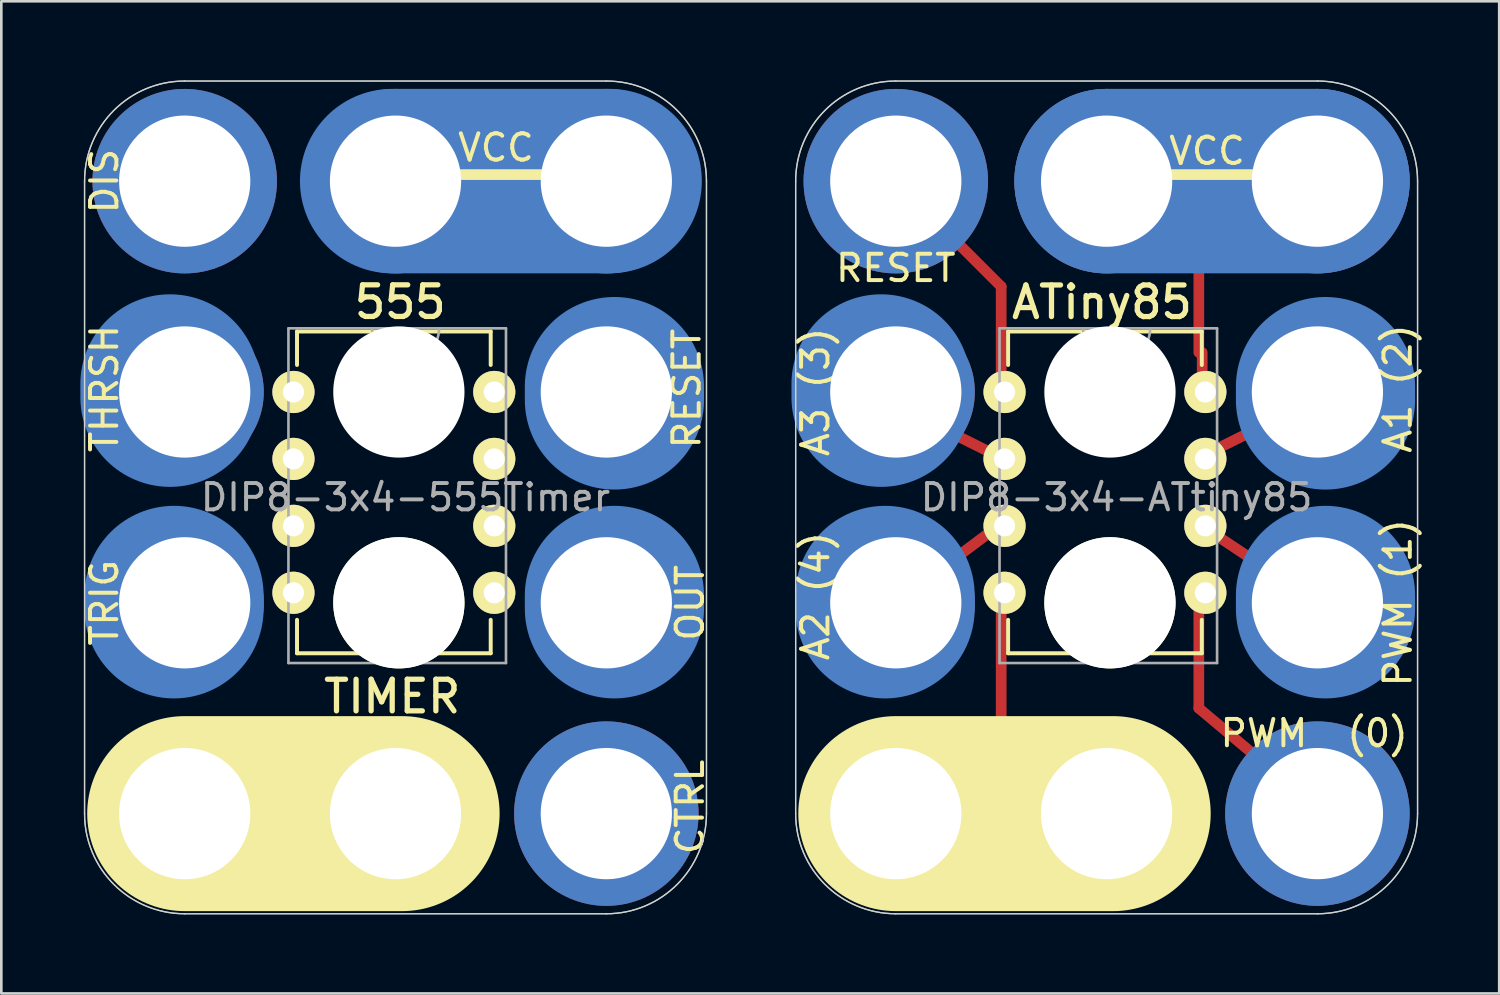
<source format=kicad_pcb>
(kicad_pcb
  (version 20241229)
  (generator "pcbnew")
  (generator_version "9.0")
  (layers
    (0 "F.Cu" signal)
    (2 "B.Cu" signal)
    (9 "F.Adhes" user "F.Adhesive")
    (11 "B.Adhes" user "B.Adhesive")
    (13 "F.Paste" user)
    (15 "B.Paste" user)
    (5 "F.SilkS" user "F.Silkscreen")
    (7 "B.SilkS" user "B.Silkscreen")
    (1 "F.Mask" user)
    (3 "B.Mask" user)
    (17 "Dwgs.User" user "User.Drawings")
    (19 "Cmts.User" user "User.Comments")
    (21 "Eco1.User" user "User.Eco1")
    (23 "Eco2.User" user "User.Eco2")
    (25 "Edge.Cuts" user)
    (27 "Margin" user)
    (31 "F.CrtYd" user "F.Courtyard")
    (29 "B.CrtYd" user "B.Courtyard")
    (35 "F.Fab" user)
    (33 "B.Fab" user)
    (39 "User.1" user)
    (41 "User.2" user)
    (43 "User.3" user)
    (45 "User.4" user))
  (footprint "DIP8-3x4-ATtiny85"
    (layer "F.Cu")
    (at 30.943 27.825)
    (property "Reference" "DIP8-3x4-ATtiny85" (at 8.377 -12 0) (layer "F.Fab") (effects (font (size 1 1) (thickness 0.15))))
    (attr through_hole)
    (fp_line (start 0 -15.5) (end 4 -13.5) (stroke (width 0.406) (type solid)) (layer "F.Cu"))
    (fp_line (start 4 -20) (end 0 -24) (stroke (width 0.406) (type solid)) (layer "F.Cu"))
    (fp_line (start 4 -16) (end 4 -20) (stroke (width 0.406) (type solid)) (layer "F.Cu"))
    (fp_line (start 4 -11) (end 0 -8) (stroke (width 0.406) (type solid)) (layer "F.Cu"))
    (fp_line (start 4 -8.25) (end 4 0) (stroke (width 0.406) (type solid)) (layer "F.Cu"))
    (fp_line (start 8 -24.25) (end 16 -24.25) (stroke (width 0.406) (type solid)) (layer "F.Cu"))
    (fp_line (start 11.5 -17.5) (end 11.5 -24.25) (stroke (width 0.406) (type solid)) (layer "F.Cu"))
    (fp_line (start 11.5 -13.5) (end 16 -15.75) (stroke (width 0.406) (type solid)) (layer "F.Cu"))
    (fp_line (start 11.5 -11) (end 16 -8) (stroke (width 0.406) (type solid)) (layer "F.Cu"))
    (fp_line (start 11.5 -8.5) (end 11.5 -4) (stroke (width 0.406) (type solid)) (layer "F.Cu"))
    (fp_line (start 11.5 -4) (end 16.25 0) (stroke (width 0.406) (type solid)) (layer "F.Cu"))
    (fp_line (start 11.627 -17.5) (end 11.627 -16) (stroke (width 0.406) (type solid)) (layer "F.Cu"))
    (fp_line (start -0.559 -16.307) (end -0.559 -15.799) (stroke (width 6.8) (type solid)) (layer "B.Cu"))
    (fp_line (start -0.406 -8.28) (end -0.406 -7.772) (stroke (width 6.8) (type solid)) (layer "B.Cu"))
    (fp_line (start 0 0) (end 8 0) (stroke (width 7) (type solid)) (layer "B.Cu"))
    (fp_line (start 8.001 -24.003) (end 16.001 -24.003) (stroke (width 7) (type solid)) (layer "B.Cu"))
    (fp_line (start 16.307 -16.205) (end 16.307 -15.697) (stroke (width 6.8) (type solid)) (layer "B.Cu"))
    (fp_line (start 16.307 -8.28) (end 16.307 -7.772) (stroke (width 6.8) (type solid)) (layer "B.Cu"))
    (fp_line (start -0.559 -16.307) (end -0.559 -15.799) (stroke (width 6.8) (type solid)) (layer "B.Mask"))
    (fp_line (start -0.406 -8.28) (end -0.406 -7.772) (stroke (width 6.8) (type solid)) (layer "B.Mask"))
    (fp_line (start 0 0) (end 8 0) (stroke (width 7) (type solid)) (layer "B.Mask"))
    (fp_line (start 8.001 -24.003) (end 16.001 -24.003) (stroke (width 7) (type solid)) (layer "B.Mask"))
    (fp_line (start 16.307 -16.205) (end 16.307 -15.697) (stroke (width 6.8) (type solid)) (layer "B.Mask"))
    (fp_line (start 16.307 -8.28) (end 16.307 -7.772) (stroke (width 6.8) (type solid)) (layer "B.Mask"))
    (fp_line (start 0 0) (end 8.25 0) (stroke (width 7.4) (type solid)) (layer "F.SilkS"))
    (fp_line (start 4.262 -18.295) (end 4.262 -17.025) (stroke (width 0.15) (type solid)) (layer "F.SilkS"))
    (fp_line (start 4.262 -18.295) (end 11.612 -18.295) (stroke (width 0.15) (type solid)) (layer "F.SilkS"))
    (fp_line (start 4.262 -6.085) (end 4.262 -7.355) (stroke (width 0.15) (type solid)) (layer "F.SilkS"))
    (fp_line (start 4.262 -6.085) (end 11.612 -6.085) (stroke (width 0.15) (type solid)) (layer "F.SilkS"))
    (fp_line (start 8 -24.25) (end 16.25 -24.25) (stroke (width 0.406) (type solid)) (layer "F.SilkS"))
    (fp_line (start 11.612 -18.295) (end 11.612 -17.025) (stroke (width 0.15) (type solid)) (layer "F.SilkS"))
    (fp_line (start 11.612 -6.085) (end 11.612 -7.355) (stroke (width 0.15) (type solid)) (layer "F.SilkS"))
    (fp_line (start -3.8 -24) (end -3.8 0) (stroke (width 0.05) (type solid)) (layer "Edge.Cuts"))
    (fp_line (start 0 -27.8) (end 16 -27.8) (stroke (width 0.05) (type solid)) (layer "Edge.Cuts"))
    (fp_line (start 0 3.8) (end 16 3.8) (stroke (width 0.05) (type solid)) (layer "Edge.Cuts"))
    (fp_line (start 19.8 -24) (end 19.8 0) (stroke (width 0.05) (type solid)) (layer "Edge.Cuts"))
    (fp_arc (start -3.8 -24) (mid -2.687006 -26.687006) (end 0 -27.8) (stroke (width 0.05) (type solid)) (layer "Edge.Cuts"))
    (fp_arc (start 0 3.8) (mid -2.687006 2.687006) (end -3.8 0) (stroke (width 0.05) (type solid)) (layer "Edge.Cuts"))
    (fp_arc (start 16 -27.8) (mid 18.687006 -26.687006) (end 19.8 -24) (stroke (width 0.05) (type solid)) (layer "Edge.Cuts"))
    (fp_arc (start 19.8 0) (mid 18.687006 2.687006) (end 16 3.8) (stroke (width 0.05) (type solid)) (layer "Edge.Cuts"))
    (fp_line (start -3.8 -24) (end -3.8 0) (stroke (width 0.05) (type solid)) (layer "F.Fab"))
    (fp_line (start 0 -27.8) (end 16 -27.8) (stroke (width 0.05) (type solid)) (layer "F.Fab"))
    (fp_line (start 0 3.8) (end 16 3.8) (stroke (width 0.05) (type solid)) (layer "F.Fab"))
    (fp_line (start 3.937 -18.415) (end 3.937 -5.715) (stroke (width 0.1) (type solid)) (layer "F.Fab"))
    (fp_line (start 3.937 -5.715) (end 12.192 -5.715) (stroke (width 0.1) (type solid)) (layer "F.Fab"))
    (fp_line (start 12.192 -18.415) (end 3.937 -18.415) (stroke (width 0.1) (type solid)) (layer "F.Fab"))
    (fp_line (start 12.192 -5.715) (end 12.192 -18.415) (stroke (width 0.1) (type solid)) (layer "F.Fab"))
    (fp_line (start 19.8 -24) (end 19.8 0) (stroke (width 0.05) (type solid)) (layer "F.Fab"))
    (fp_arc (start -3.8 -24) (mid -2.687006 -26.687006) (end 0 -27.8) (stroke (width 0.05) (type solid)) (layer "F.Fab"))
    (fp_arc (start 0 3.8) (mid -2.687006 2.687006) (end -3.8 0) (stroke (width 0.05) (type solid)) (layer "F.Fab"))
    (fp_arc (start 9.652 -18.415) (mid 8.382 -17.145) (end 7.112 -18.415) (stroke (width 0.1) (type solid)) (layer "F.Fab"))
    (fp_arc (start 16 -27.8) (mid 18.687006 -26.687006) (end 19.8 -24) (stroke (width 0.05) (type solid)) (layer "F.Fab"))
    (fp_arc (start 19.8 0) (mid 18.687006 2.687006) (end 16 3.8) (stroke (width 0.05) (type solid)) (layer "F.Fab"))
    (fp_text user "A3 (3)" (at -3.048 -16.002 90) (layer "F.SilkS") (effects (font (size 1 1) (thickness 0.15))))
    (fp_text user "RESET" (at 0 -20.701 180) (layer "F.SilkS") (effects (font (size 1 1) (thickness 0.15))))
    (fp_text user "A1 (2)" (at 19.05 -16.129 90) (layer "F.SilkS") (effects (font (size 1 1) (thickness 0.15))))
    (fp_text user "PWM (1)" (at 19.05 -8.001 90) (layer "F.SilkS") (effects (font (size 1 1) (thickness 0.15))))
    (fp_text user "PWM  (0)" (at 15.875 -3.048 0) (layer "F.SilkS") (effects (font (size 1 1) (thickness 0.15))))
    (fp_text user "A2 (4)" (at -3.048 -8.255 90) (layer "F.SilkS") (effects (font (size 1 1) (thickness 0.15))))
    (fp_text user "ATiny85" (at 7.823 -19.406 0) (layer "F.SilkS") (effects (font (size 1.2 1.2) (thickness 0.2))))
    (fp_text user "VCC" (at 11.811 -25.146 0) (layer "F.SilkS") (effects (font (size 1 1) (thickness 0.15))))
    (pad "" np_thru_hole circle (at 8.127 -16 270) (size 4.98 4.98) (drill 4.98) (layers "*.Cu" "*.Mask"))
    (pad "" np_thru_hole circle (at 8.127 -8 270) (size 4.98 4.98) (drill 4.98) (layers "*.Cu" "*.Mask" "F.SilkS"))
    (pad "1" thru_hole circle (at 0 -24 270) (size 7 7) (drill 4.98) (layers "*.Cu" "B.Mask"))
    (pad "1" thru_hole oval (at 4.127 -16) (size 1.6 1.6) (drill 0.8) (layers "*.Cu" "*.Mask" "F.SilkS"))
    (pad "2" thru_hole circle (at 0 -16 270) (size 6 6) (drill 4.98) (layers "*.Cu" "B.Mask"))
    (pad "2" thru_hole oval (at 4.127 -13.46) (size 1.6 1.6) (drill 0.8) (layers "*.Cu" "*.Mask" "F.SilkS"))
    (pad "3" thru_hole circle (at 0 -8 270) (size 6 6) (drill 4.98) (layers "*.Cu" "B.Mask"))
    (pad "3" thru_hole oval (at 4.127 -10.92) (size 1.6 1.6) (drill 0.8) (layers "*.Cu" "*.Mask" "F.SilkS"))
    (pad "4" thru_hole circle (at 0 0 270) (size 7 7) (drill 4.98) (layers "*.Cu" "B.Mask"))
    (pad "4" thru_hole oval (at 4.127 -8.38) (size 1.6 1.6) (drill 0.8) (layers "*.Cu" "*.Mask" "F.SilkS"))
    (pad "4" thru_hole circle (at 8 0 270) (size 7 7) (drill 4.98) (layers "*.Cu" "B.Mask"))
    (pad "5" thru_hole oval (at 11.747 -8.38) (size 1.6 1.6) (drill 0.8) (layers "*.Cu" "*.Mask" "F.SilkS"))
    (pad "5" thru_hole circle (at 16 0 270) (size 7 7) (drill 4.98) (layers "*.Cu" "B.Mask"))
    (pad "6" thru_hole oval (at 11.747 -10.92) (size 1.6 1.6) (drill 0.8) (layers "*.Cu" "*.Mask" "F.SilkS"))
    (pad "6" thru_hole circle (at 16 -8 270) (size 6 6) (drill 4.98) (layers "*.Cu" "B.Mask"))
    (pad "7" thru_hole oval (at 11.747 -13.46) (size 1.6 1.6) (drill 0.8) (layers "*.Cu" "*.Mask" "F.SilkS"))
    (pad "7" thru_hole circle (at 16 -16 270) (size 6 6) (drill 4.98) (layers "*.Cu" "B.Mask"))
    (pad "8" thru_hole circle (at 8 -24 270) (size 7 7) (drill 4.98) (layers "*.Cu" "B.Mask"))
    (pad "8" thru_hole oval (at 11.747 -16) (size 1.6 1.6) (drill 0.8) (layers "*.Cu" "*.Mask" "F.SilkS"))
    (pad "8" thru_hole circle (at 16 -24 270) (size 7 7) (drill 4.98) (layers "*.Cu" "B.Mask")))
  (footprint "DIP8-3x4-555Timer"
    (layer "F.Cu")
    (at 3.959 27.825)
    (property "Reference" "DIP8-3x4-555Timer" (at 8.377 -12 0) (layer "F.Fab") (effects (font (size 1 1) (thickness 0.15))))
    (attr through_hole)
    (fp_line (start 8 -24.25) (end 16 -24.25) (stroke (width 0.406) (type solid)) (layer "F.Cu"))
    (fp_line (start -0.559 -16.307) (end -0.559 -15.799) (stroke (width 6.8) (type solid)) (layer "B.Cu"))
    (fp_line (start -0.406 -8.28) (end -0.406 -7.772) (stroke (width 6.8) (type solid)) (layer "B.Cu"))
    (fp_line (start 0 0) (end 8.25 0) (stroke (width 7) (type solid)) (layer "B.Cu"))
    (fp_line (start 7.874 -24.003) (end 16.124 -24.003) (stroke (width 7) (type solid)) (layer "B.Cu"))
    (fp_line (start 16.307 -16.205) (end 16.307 -15.697) (stroke (width 6.8) (type solid)) (layer "B.Cu"))
    (fp_line (start 16.307 -8.28) (end 16.307 -7.772) (stroke (width 6.8) (type solid)) (layer "B.Cu"))
    (fp_line (start -0.559 -16.307) (end -0.559 -15.799) (stroke (width 6.8) (type solid)) (layer "B.Mask"))
    (fp_line (start -0.406 -8.28) (end -0.406 -7.772) (stroke (width 6.8) (type solid)) (layer "B.Mask"))
    (fp_line (start 0 0) (end 8.25 0) (stroke (width 7) (type solid)) (layer "B.Mask"))
    (fp_line (start 7.874 -24.003) (end 16.124 -24.003) (stroke (width 7) (type solid)) (layer "B.Mask"))
    (fp_line (start 16.307 -16.205) (end 16.307 -15.697) (stroke (width 6.8) (type solid)) (layer "B.Mask"))
    (fp_line (start 16.307 -8.28) (end 16.307 -7.772) (stroke (width 6.8) (type solid)) (layer "B.Mask"))
    (fp_line (start 0 0) (end 8.25 0) (stroke (width 7.4) (type solid)) (layer "F.SilkS"))
    (fp_line (start 4.262 -18.295) (end 4.262 -17.025) (stroke (width 0.15) (type solid)) (layer "F.SilkS"))
    (fp_line (start 4.262 -18.295) (end 11.612 -18.295) (stroke (width 0.15) (type solid)) (layer "F.SilkS"))
    (fp_line (start 4.262 -6.085) (end 4.262 -7.355) (stroke (width 0.15) (type solid)) (layer "F.SilkS"))
    (fp_line (start 4.262 -6.085) (end 11.612 -6.085) (stroke (width 0.15) (type solid)) (layer "F.SilkS"))
    (fp_line (start 8 -24.25) (end 16.25 -24.25) (stroke (width 0.406) (type solid)) (layer "F.SilkS"))
    (fp_line (start 11.612 -18.295) (end 11.612 -17.025) (stroke (width 0.15) (type solid)) (layer "F.SilkS"))
    (fp_line (start 11.612 -6.085) (end 11.612 -7.355) (stroke (width 0.15) (type solid)) (layer "F.SilkS"))
    (fp_line (start -3.8 -24) (end -3.8 0) (stroke (width 0.05) (type solid)) (layer "Edge.Cuts"))
    (fp_line (start 0 -27.8) (end 16 -27.8) (stroke (width 0.05) (type solid)) (layer "Edge.Cuts"))
    (fp_line (start 0 3.8) (end 16 3.8) (stroke (width 0.05) (type solid)) (layer "Edge.Cuts"))
    (fp_line (start 19.8 -24) (end 19.8 0) (stroke (width 0.05) (type solid)) (layer "Edge.Cuts"))
    (fp_arc (start -3.8 -24) (mid -2.687006 -26.687006) (end 0 -27.8) (stroke (width 0.05) (type solid)) (layer "Edge.Cuts"))
    (fp_arc (start 0 3.8) (mid -2.687006 2.687006) (end -3.8 0) (stroke (width 0.05) (type solid)) (layer "Edge.Cuts"))
    (fp_arc (start 16 -27.8) (mid 18.687006 -26.687006) (end 19.8 -24) (stroke (width 0.05) (type solid)) (layer "Edge.Cuts"))
    (fp_arc (start 19.8 0) (mid 18.687006 2.687006) (end 16 3.8) (stroke (width 0.05) (type solid)) (layer "Edge.Cuts"))
    (fp_line (start -3.8 -24) (end -3.8 0) (stroke (width 0.05) (type solid)) (layer "F.Fab"))
    (fp_line (start 0 -27.8) (end 16 -27.8) (stroke (width 0.05) (type solid)) (layer "F.Fab"))
    (fp_line (start 0 3.8) (end 16 3.8) (stroke (width 0.05) (type solid)) (layer "F.Fab"))
    (fp_line (start 3.937 -18.415) (end 3.937 -5.715) (stroke (width 0.1) (type solid)) (layer "F.Fab"))
    (fp_line (start 3.937 -5.715) (end 12.192 -5.715) (stroke (width 0.1) (type solid)) (layer "F.Fab"))
    (fp_line (start 12.192 -18.415) (end 3.937 -18.415) (stroke (width 0.1) (type solid)) (layer "F.Fab"))
    (fp_line (start 12.192 -5.715) (end 12.192 -18.415) (stroke (width 0.1) (type solid)) (layer "F.Fab"))
    (fp_line (start 19.8 -24) (end 19.8 0) (stroke (width 0.05) (type solid)) (layer "F.Fab"))
    (fp_arc (start -3.8 -24) (mid -2.687006 -26.687006) (end 0 -27.8) (stroke (width 0.05) (type solid)) (layer "F.Fab"))
    (fp_arc (start 0 3.8) (mid -2.687006 2.687006) (end -3.8 0) (stroke (width 0.05) (type solid)) (layer "F.Fab"))
    (fp_arc (start 9.652 -18.415) (mid 8.382 -17.145) (end 7.112 -18.415) (stroke (width 0.1) (type solid)) (layer "F.Fab"))
    (fp_arc (start 16 -27.8) (mid 18.687006 -26.687006) (end 19.8 -24) (stroke (width 0.05) (type solid)) (layer "F.Fab"))
    (fp_arc (start 19.8 0) (mid 18.687006 2.687006) (end 16 3.8) (stroke (width 0.05) (type solid)) (layer "F.Fab"))
    (fp_text user "VCC" (at 11.811 -25.273 0) (layer "F.SilkS") (effects (font (size 1 1) (thickness 0.15))))
    (fp_text user "TRIG" (at -3.048 -8.001 90) (layer "F.SilkS") (effects (font (size 1 1) (thickness 0.15))))
    (fp_text user "CTRL" (at 19.177 -0.254 90) (layer "F.SilkS") (effects (font (size 1 1) (thickness 0.15))))
    (fp_text user "555" (at 8.177 -19.411 0) (layer "F.SilkS") (effects (font (size 1.2 1.2) (thickness 0.2))))
    (fp_text user "DIS" (at -3.048 -24.003 270) (layer "F.SilkS") (effects (font (size 1 1) (thickness 0.15))))
    (fp_text user "OUT" (at 19.177 -8.001 90) (layer "F.SilkS") (effects (font (size 1 1) (thickness 0.15))))
    (fp_text user "RESET" (at 19.05 -16.129 90) (layer "F.SilkS") (effects (font (size 1 1) (thickness 0.15))))
    (fp_text user "4" (at 4 1.727 0) (layer "F.SilkS") (effects (font (size 1 1) (thickness 0.15))))
    (fp_text user "TIMER" (at 7.874 -4.445 0) (layer "F.SilkS") (effects (font (size 1.2 1.2) (thickness 0.2))))
    (fp_text user "THRSH" (at -3.048 -16.129 90) (layer "F.SilkS") (effects (font (size 1 1) (thickness 0.15))))
    (pad "" np_thru_hole circle (at 8.127 -16 270) (size 4.98 4.98) (drill 4.98) (layers "*.Cu"))
    (pad "" np_thru_hole circle (at 8.127 -8 270) (size 4.98 4.98) (drill 4.98) (layers "*.Cu" "F.SilkS"))
    (pad "1" thru_hole circle (at 0 0 270) (size 7 7) (drill 4.98) (layers "*.Cu" "B.Mask"))
    (pad "1" thru_hole oval (at 4.127 -16) (size 1.6 1.6) (drill 0.8) (layers "*.Cu" "*.Mask" "F.SilkS"))
    (pad "1" thru_hole circle (at 8 0 270) (size 7 7) (drill 4.98) (layers "*.Cu" "B.Mask"))
    (pad "2" thru_hole circle (at 0 -8 270) (size 6 6) (drill 4.98) (layers "*.Cu" "B.Mask"))
    (pad "2" thru_hole oval (at 4.127 -13.46) (size 1.6 1.6) (drill 0.8) (layers "*.Cu" "*.Mask" "F.SilkS"))
    (pad "3" thru_hole oval (at 4.127 -10.92) (size 1.6 1.6) (drill 0.8) (layers "*.Cu" "*.Mask" "F.SilkS"))
    (pad "3" thru_hole circle (at 16 -8 270) (size 6 6) (drill 4.98) (layers "*.Cu" "B.Mask"))
    (pad "4" thru_hole oval (at 4.127 -8.38) (size 1.6 1.6) (drill 0.8) (layers "*.Cu" "*.Mask" "F.SilkS"))
    (pad "4" thru_hole circle (at 16 -16 270) (size 6 6) (drill 4.98) (layers "*.Cu" "B.Mask"))
    (pad "5" thru_hole oval (at 11.747 -8.38) (size 1.6 1.6) (drill 0.8) (layers "*.Cu" "*.Mask" "F.SilkS"))
    (pad "5" thru_hole circle (at 16 0 270) (size 7 7) (drill 4.98) (layers "*.Cu" "B.Mask"))
    (pad "6" thru_hole circle (at 0 -16 270) (size 6 6) (drill 4.98) (layers "*.Cu" "B.Mask"))
    (pad "6" thru_hole oval (at 11.747 -10.92) (size 1.6 1.6) (drill 0.8) (layers "*.Cu" "*.Mask" "F.SilkS"))
    (pad "7" thru_hole circle (at 0 -24 270) (size 7 7) (drill 4.98) (layers "*.Cu" "B.Mask"))
    (pad "7" thru_hole oval (at 11.747 -13.46) (size 1.6 1.6) (drill 0.8) (layers "*.Cu" "*.Mask" "F.SilkS"))
    (pad "8" thru_hole circle (at 8 -24 270) (size 7 7) (drill 4.98) (layers "*.Cu" "B.Mask"))
    (pad "8" thru_hole oval (at 11.747 -16) (size 1.6 1.6) (drill 0.8) (layers "*.Cu" "*.Mask" "F.SilkS"))
    (pad "8" thru_hole circle (at 16 -24 270) (size 7 7) (drill 4.98) (layers "*.Cu" "B.Mask")))
  (gr_rect
    (start -3 -3)
    (end 53.841 34.65)
    (stroke (width 0.1) (type default))
    (fill no)
    (layer "Edge.Cuts")))
</source>
